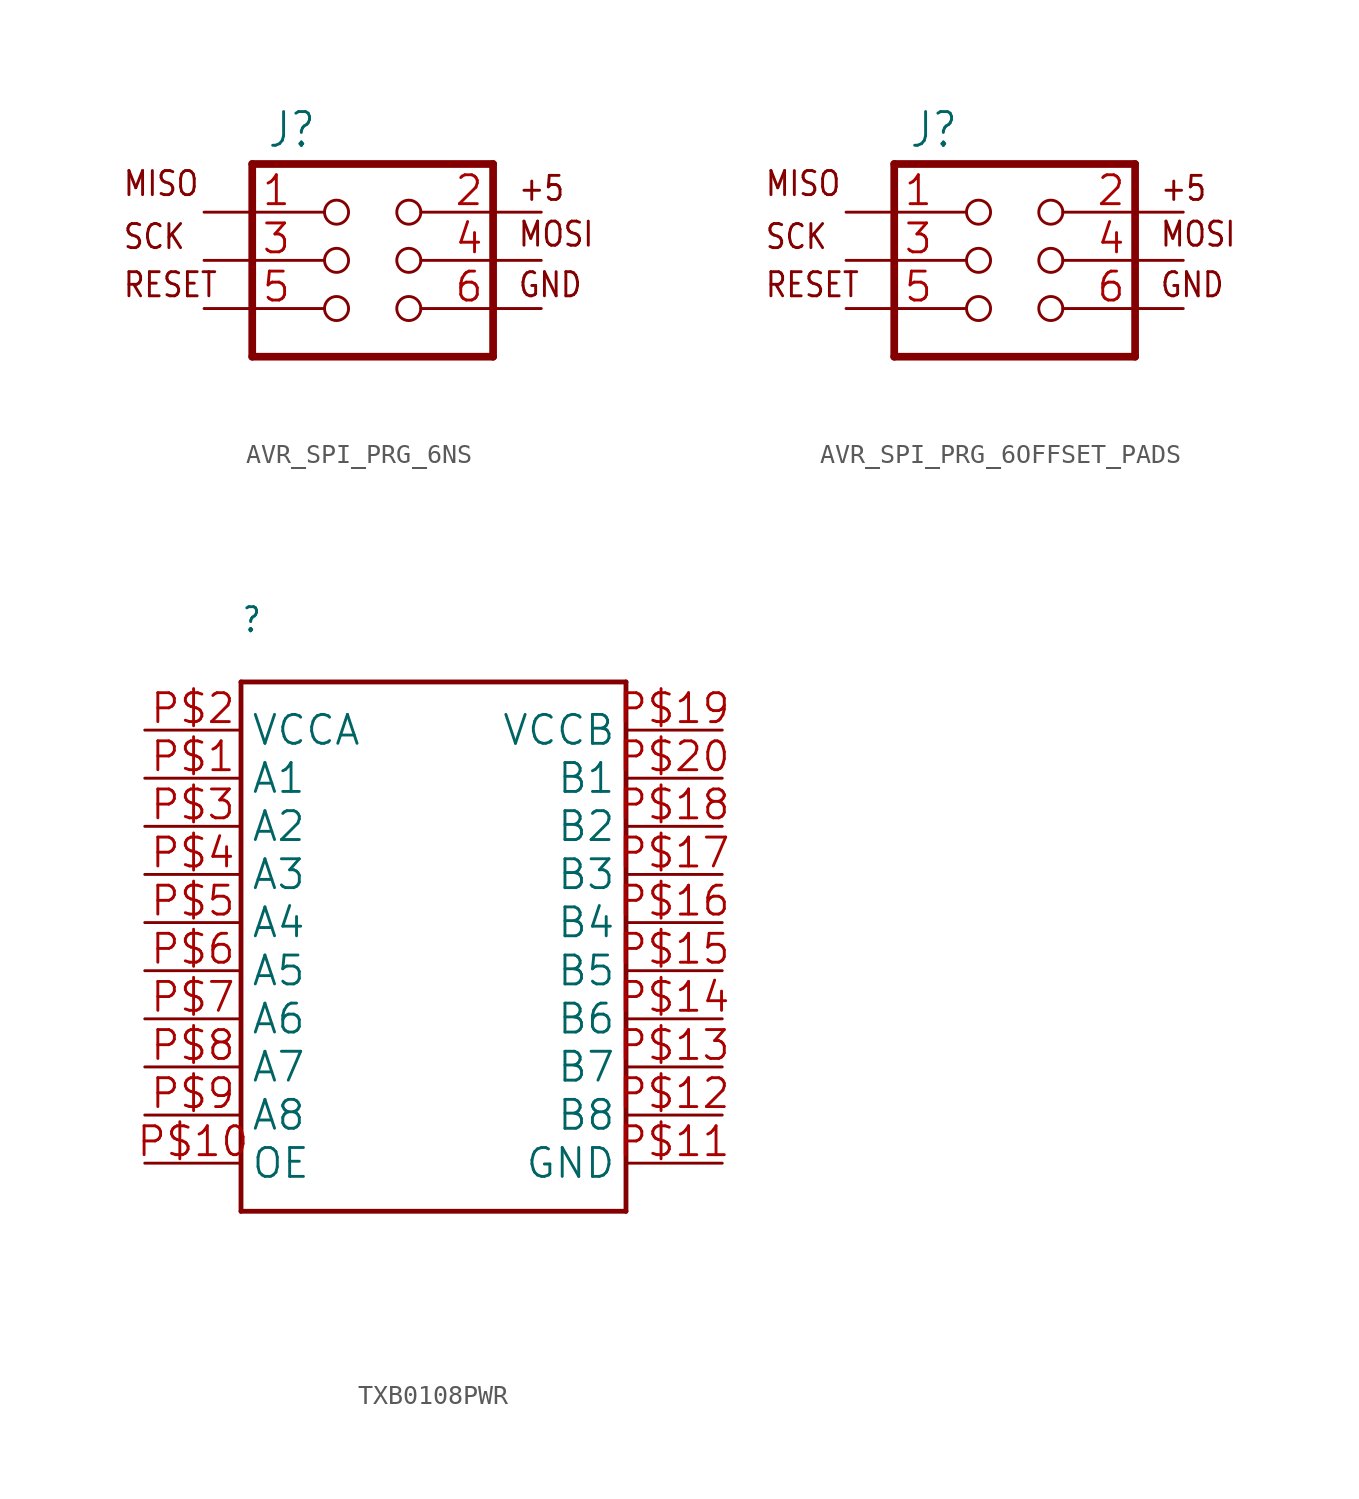
<source format=kicad_sym>
(kicad_symbol_lib
  (version 20241209)
  (generator "kicad_symbol_editor")
  (generator_version "9.0")
  (symbol "AVR_SPI_PRG_6NS"
    (property "Reference" "J"
      (at -4.318 5.842 0)
      (effects (font (size 1.778 1.511)) (justify left bottom)))
    (property "Value" ""
      (at -4.064 -7.62 0)
      (effects (font (size 1.778 1.511)) (justify left bottom)))
    (property "ki_locked" ""
      (at 0 0 0)
      (effects (font (size 1.27 1.27))))
    (symbol "AVR_SPI_PRG_6NS_1_0"
      (polyline (pts (xy -5.08 5.08) (xy -5.08 -5.08)) (stroke (width 0.406) (type solid)) (fill (type none)))
      (polyline (pts (xy -5.08 -5.08) (xy 7.62 -5.08)) (stroke (width 0.406) (type solid)) (fill (type none)))
      (polyline (pts (xy 7.62 5.08) (xy -5.08 5.08)) (stroke (width 0.406) (type solid)) (fill (type none)))
      (polyline (pts (xy 7.62 -5.08) (xy 7.62 5.08)) (stroke (width 0.406) (type solid)) (fill (type none)))
      (text "MISO" (at -11.938 3.302 0) (effects (font (size 1.27 1.079)) (justify left bottom)))
      (text "SCK" (at -11.938 0.508 0) (effects (font (size 1.27 1.079)) (justify left bottom)))
      (text "RESET" (at -11.938 -2.032 0) (effects (font (size 1.27 1.079)) (justify left bottom)))
      (text "+5" (at 8.89 3.048 0) (effects (font (size 1.27 1.079)) (justify left bottom)))
      (text "MOSI" (at 8.89 0.635 0) (effects (font (size 1.27 1.079)) (justify left bottom)))
      (text "GND" (at 8.89 -2.032 0) (effects (font (size 1.27 1.079)) (justify left bottom)))
      (pin passive inverted (at -7.62 2.54 0) (length 7.62) (name "1" (effects (font (size 0 0)))) (number "1" (effects (font (size 1.524 1.524)))))
      (pin passive inverted (at -7.62 0 0) (length 7.62) (name "3" (effects (font (size 0 0)))) (number "3" (effects (font (size 1.524 1.524)))))
      (pin passive inverted (at -7.62 -2.54 0) (length 7.62) (name "5" (effects (font (size 0 0)))) (number "5" (effects (font (size 1.524 1.524)))))
      (pin passive inverted (at 10.16 2.54 180) (length 7.62) (name "2" (effects (font (size 0 0)))) (number "2" (effects (font (size 1.524 1.524)))))
      (pin passive inverted (at 10.16 0 180) (length 7.62) (name "4" (effects (font (size 0 0)))) (number "4" (effects (font (size 1.524 1.524)))))
      (pin passive inverted (at 10.16 -2.54 180) (length 7.62) (name "6" (effects (font (size 0 0)))) (number "6" (effects (font (size 1.524 1.524)))))))
  (symbol "AVR_SPI_PRG_6OFFSET_PADS"
    (property "Reference" "J"
      (at -4.318 5.842 0)
      (effects (font (size 1.778 1.511)) (justify left bottom)))
    (property "Value" ""
      (at -4.064 -7.62 0)
      (effects (font (size 1.778 1.511)) (justify left bottom)))
    (property "ki_locked" ""
      (at 0 0 0)
      (effects (font (size 1.27 1.27))))
    (symbol "AVR_SPI_PRG_6OFFSET_PADS_1_0"
      (polyline (pts (xy -5.08 5.08) (xy -5.08 -5.08)) (stroke (width 0.406) (type solid)) (fill (type none)))
      (polyline (pts (xy -5.08 -5.08) (xy 7.62 -5.08)) (stroke (width 0.406) (type solid)) (fill (type none)))
      (polyline (pts (xy 7.62 5.08) (xy -5.08 5.08)) (stroke (width 0.406) (type solid)) (fill (type none)))
      (polyline (pts (xy 7.62 -5.08) (xy 7.62 5.08)) (stroke (width 0.406) (type solid)) (fill (type none)))
      (text "MISO" (at -11.938 3.302 0) (effects (font (size 1.27 1.079)) (justify left bottom)))
      (text "SCK" (at -11.938 0.508 0) (effects (font (size 1.27 1.079)) (justify left bottom)))
      (text "RESET" (at -11.938 -2.032 0) (effects (font (size 1.27 1.079)) (justify left bottom)))
      (text "+5" (at 8.89 3.048 0) (effects (font (size 1.27 1.079)) (justify left bottom)))
      (text "MOSI" (at 8.89 0.635 0) (effects (font (size 1.27 1.079)) (justify left bottom)))
      (text "GND" (at 8.89 -2.032 0) (effects (font (size 1.27 1.079)) (justify left bottom)))
      (pin passive inverted (at -7.62 2.54 0) (length 7.62) (name "1" (effects (font (size 0 0)))) (number "1" (effects (font (size 1.524 1.524)))))
      (pin passive inverted (at -7.62 0 0) (length 7.62) (name "3" (effects (font (size 0 0)))) (number "3" (effects (font (size 1.524 1.524)))))
      (pin passive inverted (at -7.62 -2.54 0) (length 7.62) (name "5" (effects (font (size 0 0)))) (number "5" (effects (font (size 1.524 1.524)))))
      (pin passive inverted (at 10.16 2.54 180) (length 7.62) (name "2" (effects (font (size 0 0)))) (number "2" (effects (font (size 1.524 1.524)))))
      (pin passive inverted (at 10.16 0 180) (length 7.62) (name "4" (effects (font (size 0 0)))) (number "4" (effects (font (size 1.524 1.524)))))
      (pin passive inverted (at 10.16 -2.54 180) (length 7.62) (name "6" (effects (font (size 0 0)))) (number "6" (effects (font (size 1.524 1.524)))))))
  (symbol "TXB0108PWR"
    (property "Reference" ""
      (at -10.16 17.78 0)
      (effects (font (size 1.27 1.079)) (justify left bottom)))
    (property "Value" ""
      (at -10.16 -17.78 0)
      (effects (font (size 1.27 1.079)) (justify left bottom)))
    (property "ki_locked" ""
      (at 0 0 0)
      (effects (font (size 1.27 1.27))))
    (symbol "TXB0108PWR_1_0"
      (polyline (pts (xy -10.16 15.24) (xy -10.16 -12.7)) (stroke (width 0.254) (type solid)) (fill (type none)))
      (polyline (pts (xy -10.16 -12.7) (xy 10.16 -12.7)) (stroke (width 0.254) (type solid)) (fill (type none)))
      (polyline (pts (xy 10.16 15.24) (xy -10.16 15.24)) (stroke (width 0.254) (type solid)) (fill (type none)))
      (polyline (pts (xy 10.16 -12.7) (xy 10.16 15.24)) (stroke (width 0.254) (type solid)) (fill (type none)))
      (pin bidirectional line (at -15.24 12.7 0) (length 5.08) (name "VCCA" (effects (font (size 1.524 1.524)))) (number "P$2" (effects (font (size 1.524 1.524)))))
      (pin bidirectional line (at -15.24 10.16 0) (length 5.08) (name "A1" (effects (font (size 1.524 1.524)))) (number "P$1" (effects (font (size 1.524 1.524)))))
      (pin bidirectional line (at -15.24 7.62 0) (length 5.08) (name "A2" (effects (font (size 1.524 1.524)))) (number "P$3" (effects (font (size 1.524 1.524)))))
      (pin bidirectional line (at -15.24 5.08 0) (length 5.08) (name "A3" (effects (font (size 1.524 1.524)))) (number "P$4" (effects (font (size 1.524 1.524)))))
      (pin bidirectional line (at -15.24 2.54 0) (length 5.08) (name "A4" (effects (font (size 1.524 1.524)))) (number "P$5" (effects (font (size 1.524 1.524)))))
      (pin bidirectional line (at -15.24 0 0) (length 5.08) (name "A5" (effects (font (size 1.524 1.524)))) (number "P$6" (effects (font (size 1.524 1.524)))))
      (pin bidirectional line (at -15.24 -2.54 0) (length 5.08) (name "A6" (effects (font (size 1.524 1.524)))) (number "P$7" (effects (font (size 1.524 1.524)))))
      (pin bidirectional line (at -15.24 -5.08 0) (length 5.08) (name "A7" (effects (font (size 1.524 1.524)))) (number "P$8" (effects (font (size 1.524 1.524)))))
      (pin bidirectional line (at -15.24 -7.62 0) (length 5.08) (name "A8" (effects (font (size 1.524 1.524)))) (number "P$9" (effects (font (size 1.524 1.524)))))
      (pin input line (at -15.24 -10.16 0) (length 5.08) (name "OE" (effects (font (size 1.524 1.524)))) (number "P$10" (effects (font (size 1.524 1.524)))))
      (pin bidirectional line (at 15.24 12.7 180) (length 5.08) (name "VCCB" (effects (font (size 1.524 1.524)))) (number "P$19" (effects (font (size 1.524 1.524)))))
      (pin bidirectional line (at 15.24 10.16 180) (length 5.08) (name "B1" (effects (font (size 1.524 1.524)))) (number "P$20" (effects (font (size 1.524 1.524)))))
      (pin bidirectional line (at 15.24 7.62 180) (length 5.08) (name "B2" (effects (font (size 1.524 1.524)))) (number "P$18" (effects (font (size 1.524 1.524)))))
      (pin bidirectional line (at 15.24 5.08 180) (length 5.08) (name "B3" (effects (font (size 1.524 1.524)))) (number "P$17" (effects (font (size 1.524 1.524)))))
      (pin bidirectional line (at 15.24 2.54 180) (length 5.08) (name "B4" (effects (font (size 1.524 1.524)))) (number "P$16" (effects (font (size 1.524 1.524)))))
      (pin bidirectional line (at 15.24 0 180) (length 5.08) (name "B5" (effects (font (size 1.524 1.524)))) (number "P$15" (effects (font (size 1.524 1.524)))))
      (pin bidirectional line (at 15.24 -2.54 180) (length 5.08) (name "B6" (effects (font (size 1.524 1.524)))) (number "P$14" (effects (font (size 1.524 1.524)))))
      (pin bidirectional line (at 15.24 -5.08 180) (length 5.08) (name "B7" (effects (font (size 1.524 1.524)))) (number "P$13" (effects (font (size 1.524 1.524)))))
      (pin bidirectional line (at 15.24 -7.62 180) (length 5.08) (name "B8" (effects (font (size 1.524 1.524)))) (number "P$12" (effects (font (size 1.524 1.524)))))
      (pin bidirectional line (at 15.24 -10.16 180) (length 5.08) (name "GND" (effects (font (size 1.524 1.524)))) (number "P$11" (effects (font (size 1.524 1.524))))))))
</source>
